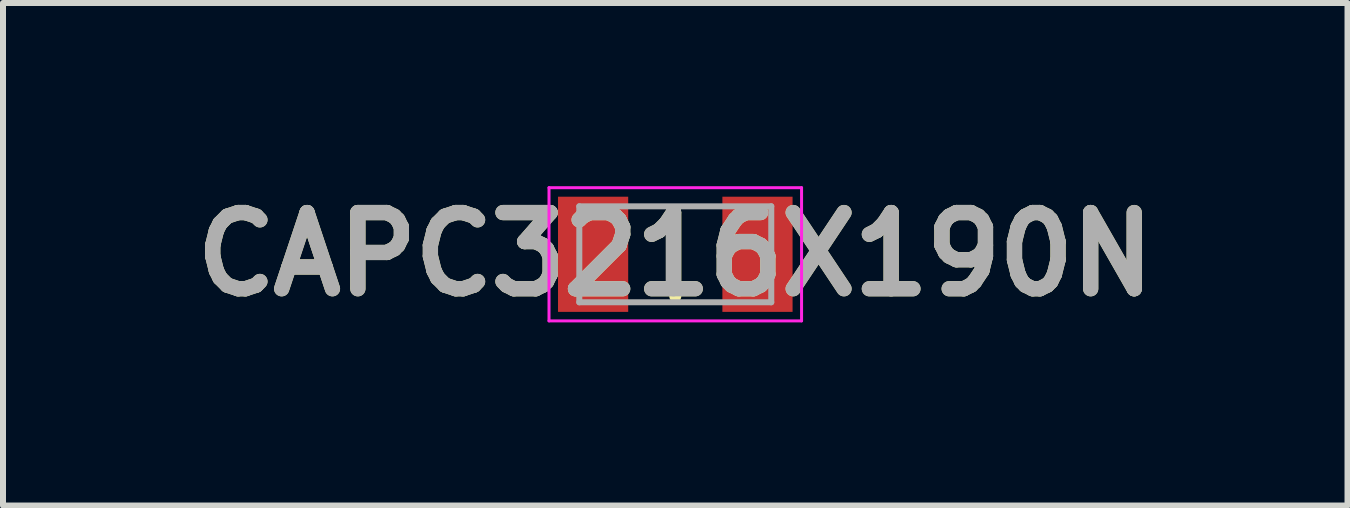
<source format=kicad_pcb>
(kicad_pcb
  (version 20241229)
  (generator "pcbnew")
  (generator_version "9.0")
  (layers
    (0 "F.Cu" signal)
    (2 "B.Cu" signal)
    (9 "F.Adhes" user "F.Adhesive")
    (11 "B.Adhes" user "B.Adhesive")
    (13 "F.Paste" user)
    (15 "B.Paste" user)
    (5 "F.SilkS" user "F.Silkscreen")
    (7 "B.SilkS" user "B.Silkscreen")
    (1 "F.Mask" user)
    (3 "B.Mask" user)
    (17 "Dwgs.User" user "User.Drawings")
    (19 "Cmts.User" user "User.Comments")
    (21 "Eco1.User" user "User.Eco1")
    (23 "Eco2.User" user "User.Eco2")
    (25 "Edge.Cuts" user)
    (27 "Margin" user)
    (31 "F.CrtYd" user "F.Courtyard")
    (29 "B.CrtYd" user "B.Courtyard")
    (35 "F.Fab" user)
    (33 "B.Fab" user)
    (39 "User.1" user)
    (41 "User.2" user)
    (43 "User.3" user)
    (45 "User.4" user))
  (footprint "CAPC3216X190N"
    (layer "F.Cu")
    (at 8.207 1.189)
    (property "Reference" "CAPC3216X190N" (at 0 0 0) (layer "F.SilkS") (effects (font (size 1.27 1.27) (thickness 0.254))))
    (attr smd)
    (fp_line (start 0 -0.7) (end 0 0.7) (stroke (width 0.2) (type solid)) (layer "F.SilkS"))
    (fp_line (start -2.105 -1.11) (end 2.105 -1.11) (stroke (width 0.05) (type solid)) (layer "F.CrtYd"))
    (fp_line (start -2.105 1.11) (end -2.105 -1.11) (stroke (width 0.05) (type solid)) (layer "F.CrtYd"))
    (fp_line (start 2.105 -1.11) (end 2.105 1.11) (stroke (width 0.05) (type solid)) (layer "F.CrtYd"))
    (fp_line (start 2.105 1.11) (end -2.105 1.11) (stroke (width 0.05) (type solid)) (layer "F.CrtYd"))
    (fp_line (start -1.6 -0.8) (end 1.6 -0.8) (stroke (width 0.1) (type solid)) (layer "F.Fab"))
    (fp_line (start -1.6 0.8) (end -1.6 -0.8) (stroke (width 0.1) (type solid)) (layer "F.Fab"))
    (fp_line (start 1.6 -0.8) (end 1.6 0.8) (stroke (width 0.1) (type solid)) (layer "F.Fab"))
    (fp_line (start 1.6 0.8) (end -1.6 0.8) (stroke (width 0.1) (type solid)) (layer "F.Fab"))
    (fp_text user "${REFERENCE}" (at 0 0 0) (layer "F.Fab") (effects (font (size 1.27 1.27) (thickness 0.254))))
    (pad "1" smd rect (at -1.37 0) (size 1.17 1.92) (layers "F.Cu" "F.Mask" "F.Paste"))
    (pad "2" smd rect (at 1.37 0) (size 1.17 1.92) (layers "F.Cu" "F.Mask" "F.Paste")))
  (gr_rect
    (start -3 -3)
    (end 19.413 5.377)
    (stroke (width 0.1) (type default))
    (fill no)
    (layer "Edge.Cuts")))
</source>
